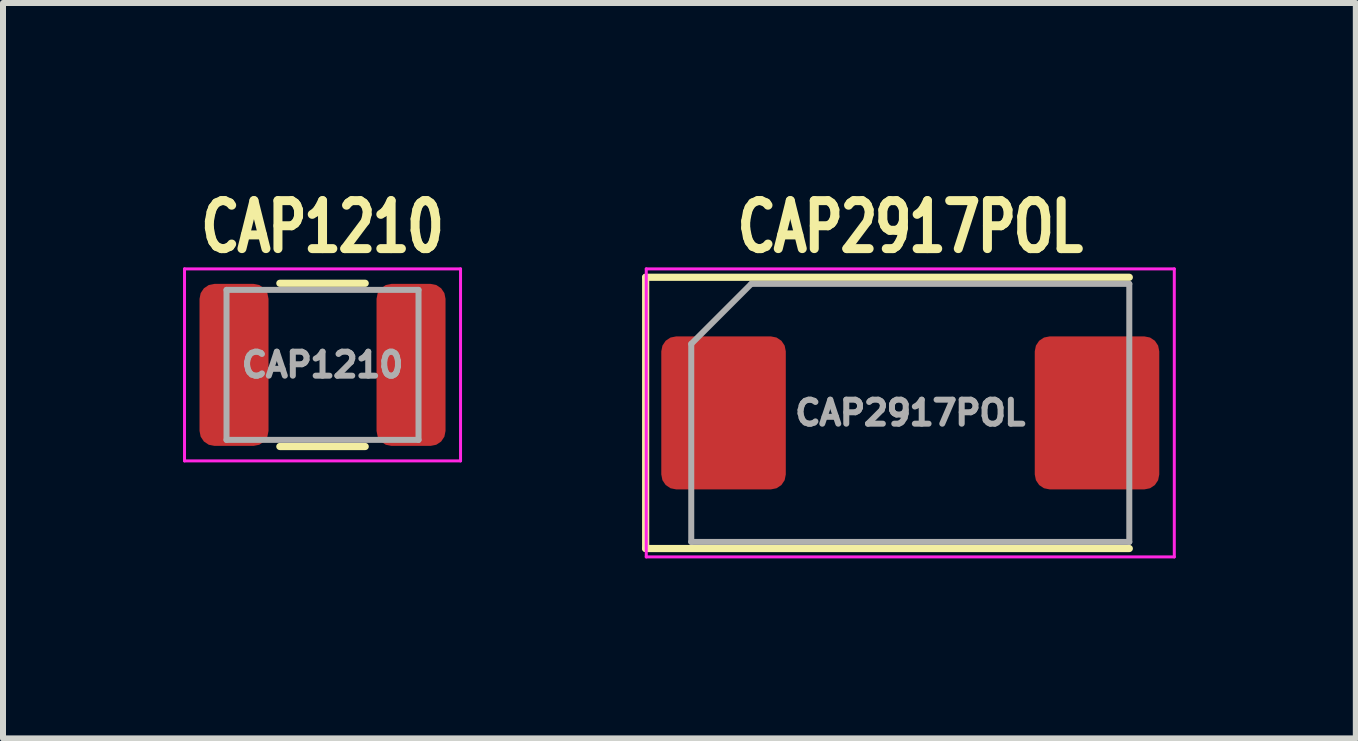
<source format=kicad_pcb>
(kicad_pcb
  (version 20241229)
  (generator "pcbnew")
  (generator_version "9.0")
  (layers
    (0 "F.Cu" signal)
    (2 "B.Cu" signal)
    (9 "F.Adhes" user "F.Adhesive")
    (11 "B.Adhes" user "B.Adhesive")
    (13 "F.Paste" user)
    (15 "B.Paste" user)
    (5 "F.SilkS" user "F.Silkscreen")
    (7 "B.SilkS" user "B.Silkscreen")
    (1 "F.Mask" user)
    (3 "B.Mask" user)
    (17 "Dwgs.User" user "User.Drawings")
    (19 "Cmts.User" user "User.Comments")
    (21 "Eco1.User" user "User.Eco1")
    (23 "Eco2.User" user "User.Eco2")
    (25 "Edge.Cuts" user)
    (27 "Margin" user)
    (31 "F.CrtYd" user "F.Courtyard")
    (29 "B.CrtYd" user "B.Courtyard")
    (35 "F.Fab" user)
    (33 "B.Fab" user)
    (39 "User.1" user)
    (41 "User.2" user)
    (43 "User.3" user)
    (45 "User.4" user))
  (footprint "CAP2917POL"
    (layer "F.Cu")
    (at 12.12 3.831)
    (property "Reference" "CAP2917POL" (at 0 -3.1 0) (layer "F.SilkS") (effects (font (size 0.8 0.6) (thickness 0.15))))
    (attr smd)
    (fp_line (start -4.41 -2.26) (end -4.41 2.26) (stroke (width 0.12) (type solid)) (layer "F.SilkS"))
    (fp_line (start -4.41 2.26) (end 3.65 2.26) (stroke (width 0.12) (type solid)) (layer "F.SilkS"))
    (fp_line (start 3.65 -2.26) (end -4.41 -2.26) (stroke (width 0.12) (type solid)) (layer "F.SilkS"))
    (fp_line (start -4.4 -2.4) (end 4.4 -2.4) (stroke (width 0.05) (type solid)) (layer "F.CrtYd"))
    (fp_line (start -4.4 2.4) (end -4.4 -2.4) (stroke (width 0.05) (type solid)) (layer "F.CrtYd"))
    (fp_line (start 4.4 -2.4) (end 4.4 2.4) (stroke (width 0.05) (type solid)) (layer "F.CrtYd"))
    (fp_line (start 4.4 2.4) (end -4.4 2.4) (stroke (width 0.05) (type solid)) (layer "F.CrtYd"))
    (fp_line (start -3.65 -1.15) (end -3.65 2.15) (stroke (width 0.1) (type solid)) (layer "F.Fab"))
    (fp_line (start -3.65 2.15) (end 3.65 2.15) (stroke (width 0.1) (type solid)) (layer "F.Fab"))
    (fp_line (start -2.65 -2.15) (end -3.65 -1.15) (stroke (width 0.1) (type solid)) (layer "F.Fab"))
    (fp_line (start 3.65 -2.15) (end -2.65 -2.15) (stroke (width 0.1) (type solid)) (layer "F.Fab"))
    (fp_line (start 3.65 2.15) (end 3.65 -2.15) (stroke (width 0.1) (type solid)) (layer "F.Fab"))
    (fp_text user "${REFERENCE}" (at 0 0 0) (layer "F.Fab") (effects (font (size 0.4 0.4) (thickness 0.1) (bold yes))))
    (pad "1" smd roundrect (at -3.112 0) (size 2.075 2.55) (layers "F.Cu" "F.Mask" "F.Paste") (roundrect_rratio 0.12))
    (pad "2" smd roundrect (at 3.112 0) (size 2.075 2.55) (layers "F.Cu" "F.Mask" "F.Paste") (roundrect_rratio 0.12)))
  (footprint "CAP1210"
    (layer "F.Cu")
    (at 2.325 3.031)
    (property "Reference" "CAP1210" (at 0 -2.3 0) (layer "F.SilkS") (effects (font (size 0.8 0.6) (thickness 0.15))))
    (attr smd)
    (fp_line (start -0.711 -1.36) (end 0.711 -1.36) (stroke (width 0.12) (type solid)) (layer "F.SilkS"))
    (fp_line (start -0.711 1.36) (end 0.711 1.36) (stroke (width 0.12) (type solid)) (layer "F.SilkS"))
    (fp_line (start -2.3 -1.6) (end 2.3 -1.6) (stroke (width 0.05) (type solid)) (layer "F.CrtYd"))
    (fp_line (start -2.3 1.6) (end -2.3 -1.6) (stroke (width 0.05) (type solid)) (layer "F.CrtYd"))
    (fp_line (start 2.3 -1.6) (end 2.3 1.6) (stroke (width 0.05) (type solid)) (layer "F.CrtYd"))
    (fp_line (start 2.3 1.6) (end -2.3 1.6) (stroke (width 0.05) (type solid)) (layer "F.CrtYd"))
    (fp_line (start -1.6 -1.25) (end 1.6 -1.25) (stroke (width 0.1) (type solid)) (layer "F.Fab"))
    (fp_line (start -1.6 1.25) (end -1.6 -1.25) (stroke (width 0.1) (type solid)) (layer "F.Fab"))
    (fp_line (start 1.6 -1.25) (end 1.6 1.25) (stroke (width 0.1) (type solid)) (layer "F.Fab"))
    (fp_line (start 1.6 1.25) (end -1.6 1.25) (stroke (width 0.1) (type solid)) (layer "F.Fab"))
    (fp_text user "${REFERENCE}" (at 0 0 0) (layer "F.Fab") (effects (font (size 0.4 0.4) (thickness 0.1))))
    (pad "1" smd roundrect (at -1.475 0) (size 1.15 2.7) (layers "F.Cu" "F.Mask" "F.Paste") (roundrect_rratio 0.217))
    (pad "2" smd roundrect (at 1.475 0) (size 1.15 2.7) (layers "F.Cu" "F.Mask" "F.Paste") (roundrect_rratio 0.217)))
  (gr_rect
    (start -3 -3)
    (end 19.545 9.256)
    (stroke (width 0.1) (type default))
    (fill no)
    (layer "Edge.Cuts")))
</source>
